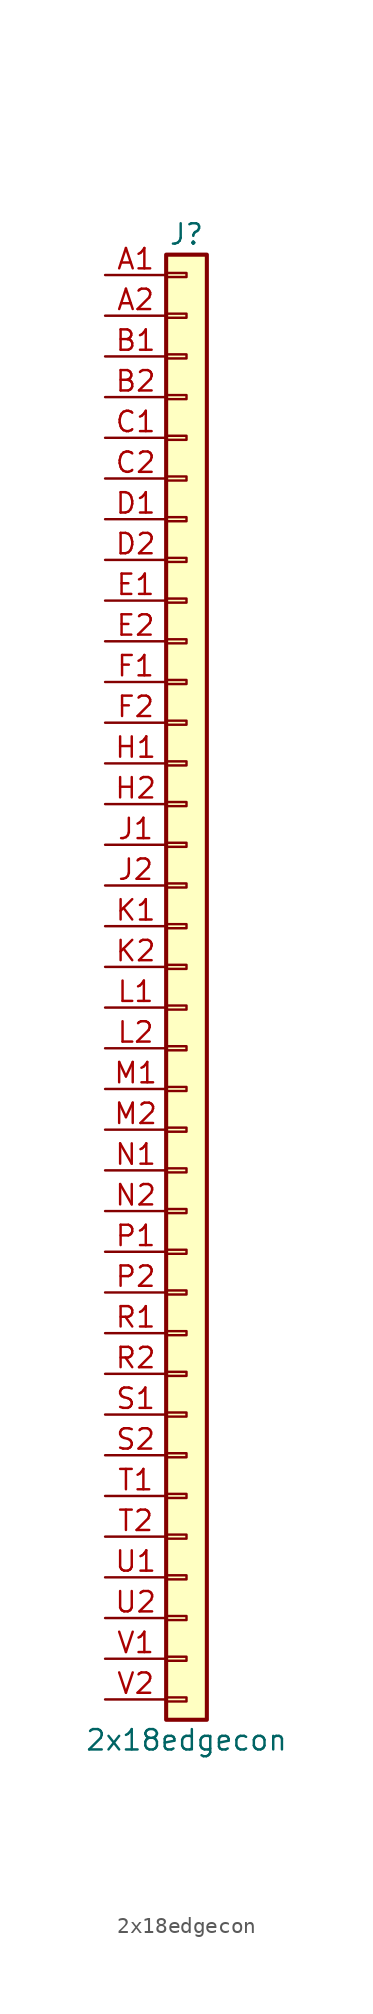
<source format=kicad_sym>
(kicad_symbol_lib
  (version 20220914)
  (generator kicad_symbol_editor)
  (symbol "2x18edgecon"
    (pin_names
      (offset 1.016) hide)
    (property "Reference" "J"
      (at 0 45.72 0)
      (effects (font (size 1.27 1.27))))
    (property "Value" "2x18edgecon"
      (at 0 -48.26 0)
      (effects (font (size 1.27 1.27))))
    (symbol "2x18edgecon_1_1"
      (rectangle (start -1.27 -45.593) (end 0 -45.847) (stroke (width 0.152) (type default)) (fill (type none)))
      (rectangle (start -1.27 -43.053) (end 0 -43.307) (stroke (width 0.152) (type default)) (fill (type none)))
      (rectangle (start -1.27 -40.513) (end 0 -40.767) (stroke (width 0.152) (type default)) (fill (type none)))
      (rectangle (start -1.27 -37.973) (end 0 -38.227) (stroke (width 0.152) (type default)) (fill (type none)))
      (rectangle (start -1.27 -35.433) (end 0 -35.687) (stroke (width 0.152) (type default)) (fill (type none)))
      (rectangle (start -1.27 -32.893) (end 0 -33.147) (stroke (width 0.152) (type default)) (fill (type none)))
      (rectangle (start -1.27 -30.353) (end 0 -30.607) (stroke (width 0.152) (type default)) (fill (type none)))
      (rectangle (start -1.27 -27.813) (end 0 -28.067) (stroke (width 0.152) (type default)) (fill (type none)))
      (rectangle (start -1.27 -25.273) (end 0 -25.527) (stroke (width 0.152) (type default)) (fill (type none)))
      (rectangle (start -1.27 -22.733) (end 0 -22.987) (stroke (width 0.152) (type default)) (fill (type none)))
      (rectangle (start -1.27 -20.193) (end 0 -20.447) (stroke (width 0.152) (type default)) (fill (type none)))
      (rectangle (start -1.27 -17.653) (end 0 -17.907) (stroke (width 0.152) (type default)) (fill (type none)))
      (rectangle (start -1.27 -15.113) (end 0 -15.367) (stroke (width 0.152) (type default)) (fill (type none)))
      (rectangle (start -1.27 -12.573) (end 0 -12.827) (stroke (width 0.152) (type default)) (fill (type none)))
      (rectangle (start -1.27 -10.033) (end 0 -10.287) (stroke (width 0.152) (type default)) (fill (type none)))
      (rectangle (start -1.27 -7.493) (end 0 -7.747) (stroke (width 0.152) (type default)) (fill (type none)))
      (rectangle (start -1.27 -4.953) (end 0 -5.207) (stroke (width 0.152) (type default)) (fill (type none)))
      (rectangle (start -1.27 -2.413) (end 0 -2.667) (stroke (width 0.152) (type default)) (fill (type none)))
      (rectangle (start -1.27 0.127) (end 0 -0.127) (stroke (width 0.152) (type default)) (fill (type none)))
      (rectangle (start -1.27 2.667) (end 0 2.413) (stroke (width 0.152) (type default)) (fill (type none)))
      (rectangle (start -1.27 5.207) (end 0 4.953) (stroke (width 0.152) (type default)) (fill (type none)))
      (rectangle (start -1.27 7.747) (end 0 7.493) (stroke (width 0.152) (type default)) (fill (type none)))
      (rectangle (start -1.27 10.287) (end 0 10.033) (stroke (width 0.152) (type default)) (fill (type none)))
      (rectangle (start -1.27 12.827) (end 0 12.573) (stroke (width 0.152) (type default)) (fill (type none)))
      (rectangle (start -1.27 15.367) (end 0 15.113) (stroke (width 0.152) (type default)) (fill (type none)))
      (rectangle (start -1.27 17.907) (end 0 17.653) (stroke (width 0.152) (type default)) (fill (type none)))
      (rectangle (start -1.27 20.447) (end 0 20.193) (stroke (width 0.152) (type default)) (fill (type none)))
      (rectangle (start -1.27 22.987) (end 0 22.733) (stroke (width 0.152) (type default)) (fill (type none)))
      (rectangle (start -1.27 25.527) (end 0 25.273) (stroke (width 0.152) (type default)) (fill (type none)))
      (rectangle (start -1.27 28.067) (end 0 27.813) (stroke (width 0.152) (type default)) (fill (type none)))
      (rectangle (start -1.27 30.607) (end 0 30.353) (stroke (width 0.152) (type default)) (fill (type none)))
      (rectangle (start -1.27 33.147) (end 0 32.893) (stroke (width 0.152) (type default)) (fill (type none)))
      (rectangle (start -1.27 35.687) (end 0 35.433) (stroke (width 0.152) (type default)) (fill (type none)))
      (rectangle (start -1.27 38.227) (end 0 37.973) (stroke (width 0.152) (type default)) (fill (type none)))
      (rectangle (start -1.27 40.767) (end 0 40.513) (stroke (width 0.152) (type default)) (fill (type none)))
      (rectangle (start -1.27 43.307) (end 0 43.053) (stroke (width 0.152) (type default)) (fill (type none)))
      (rectangle (start -1.27 44.45) (end 1.27 -46.99) (stroke (width 0.254) (type default)) (fill (type background)))
      (pin passive line (at -5.08 43.18 0) (length 3.81) (name "A1" (effects (font (size 1.27 1.27)))) (number "A1" (effects (font (size 1.27 1.27)))))
      (pin passive line (at -5.08 40.64 0) (length 3.81) (name "A2" (effects (font (size 1.27 1.27)))) (number "A2" (effects (font (size 1.27 1.27)))))
      (pin passive line (at -5.08 38.1 0) (length 3.81) (name "B1" (effects (font (size 1.27 1.27)))) (number "B1" (effects (font (size 1.27 1.27)))))
      (pin passive line (at -5.08 35.56 0) (length 3.81) (name "B2" (effects (font (size 1.27 1.27)))) (number "B2" (effects (font (size 1.27 1.27)))))
      (pin passive line (at -5.08 33.02 0) (length 3.81) (name "C1" (effects (font (size 1.27 1.27)))) (number "C1" (effects (font (size 1.27 1.27)))))
      (pin passive line (at -5.08 30.48 0) (length 3.81) (name "C2" (effects (font (size 1.27 1.27)))) (number "C2" (effects (font (size 1.27 1.27)))))
      (pin passive line (at -5.08 27.94 0) (length 3.81) (name "D1" (effects (font (size 1.27 1.27)))) (number "D1" (effects (font (size 1.27 1.27)))))
      (pin passive line (at -5.08 25.4 0) (length 3.81) (name "D2" (effects (font (size 1.27 1.27)))) (number "D2" (effects (font (size 1.27 1.27)))))
      (pin passive line (at -5.08 22.86 0) (length 3.81) (name "E1" (effects (font (size 1.27 1.27)))) (number "E1" (effects (font (size 1.27 1.27)))))
      (pin passive line (at -5.08 20.32 0) (length 3.81) (name "E2" (effects (font (size 1.27 1.27)))) (number "E2" (effects (font (size 1.27 1.27)))))
      (pin passive line (at -5.08 17.78 0) (length 3.81) (name "F1" (effects (font (size 1.27 1.27)))) (number "F1" (effects (font (size 1.27 1.27)))))
      (pin passive line (at -5.08 15.24 0) (length 3.81) (name "F2" (effects (font (size 1.27 1.27)))) (number "F2" (effects (font (size 1.27 1.27)))))
      (pin passive line (at -5.08 12.7 0) (length 3.81) (name "H1" (effects (font (size 1.27 1.27)))) (number "H1" (effects (font (size 1.27 1.27)))))
      (pin passive line (at -5.08 10.16 0) (length 3.81) (name "H2" (effects (font (size 1.27 1.27)))) (number "H2" (effects (font (size 1.27 1.27)))))
      (pin passive line (at -5.08 7.62 0) (length 3.81) (name "J1" (effects (font (size 1.27 1.27)))) (number "J1" (effects (font (size 1.27 1.27)))))
      (pin passive line (at -5.08 5.08 0) (length 3.81) (name "J2" (effects (font (size 1.27 1.27)))) (number "J2" (effects (font (size 1.27 1.27)))))
      (pin passive line (at -5.08 2.54 0) (length 3.81) (name "K1" (effects (font (size 1.27 1.27)))) (number "K1" (effects (font (size 1.27 1.27)))))
      (pin passive line (at -5.08 0 0) (length 3.81) (name "K2" (effects (font (size 1.27 1.27)))) (number "K2" (effects (font (size 1.27 1.27)))))
      (pin passive line (at -5.08 -2.54 0) (length 3.81) (name "L1" (effects (font (size 1.27 1.27)))) (number "L1" (effects (font (size 1.27 1.27)))))
      (pin passive line (at -5.08 -5.08 0) (length 3.81) (name "L2" (effects (font (size 1.27 1.27)))) (number "L2" (effects (font (size 1.27 1.27)))))
      (pin passive line (at -5.08 -7.62 0) (length 3.81) (name "M1" (effects (font (size 1.27 1.27)))) (number "M1" (effects (font (size 1.27 1.27)))))
      (pin passive line (at -5.08 -10.16 0) (length 3.81) (name "M2" (effects (font (size 1.27 1.27)))) (number "M2" (effects (font (size 1.27 1.27)))))
      (pin passive line (at -5.08 -12.7 0) (length 3.81) (name "N1" (effects (font (size 1.27 1.27)))) (number "N1" (effects (font (size 1.27 1.27)))))
      (pin passive line (at -5.08 -15.24 0) (length 3.81) (name "N2" (effects (font (size 1.27 1.27)))) (number "N2" (effects (font (size 1.27 1.27)))))
      (pin passive line (at -5.08 -17.78 0) (length 3.81) (name "P1" (effects (font (size 1.27 1.27)))) (number "P1" (effects (font (size 1.27 1.27)))))
      (pin passive line (at -5.08 -20.32 0) (length 3.81) (name "P2" (effects (font (size 1.27 1.27)))) (number "P2" (effects (font (size 1.27 1.27)))))
      (pin passive line (at -5.08 -22.86 0) (length 3.81) (name "R1" (effects (font (size 1.27 1.27)))) (number "R1" (effects (font (size 1.27 1.27)))))
      (pin passive line (at -5.08 -25.4 0) (length 3.81) (name "R2" (effects (font (size 1.27 1.27)))) (number "R2" (effects (font (size 1.27 1.27)))))
      (pin passive line (at -5.08 -27.94 0) (length 3.81) (name "S1" (effects (font (size 1.27 1.27)))) (number "S1" (effects (font (size 1.27 1.27)))))
      (pin passive line (at -5.08 -30.48 0) (length 3.81) (name "S2" (effects (font (size 1.27 1.27)))) (number "S2" (effects (font (size 1.27 1.27)))))
      (pin passive line (at -5.08 -33.02 0) (length 3.81) (name "T1" (effects (font (size 1.27 1.27)))) (number "T1" (effects (font (size 1.27 1.27)))))
      (pin passive line (at -5.08 -35.56 0) (length 3.81) (name "T2" (effects (font (size 1.27 1.27)))) (number "T2" (effects (font (size 1.27 1.27)))))
      (pin passive line (at -5.08 -38.1 0) (length 3.81) (name "U1" (effects (font (size 1.27 1.27)))) (number "U1" (effects (font (size 1.27 1.27)))))
      (pin passive line (at -5.08 -40.64 0) (length 3.81) (name "U2" (effects (font (size 1.27 1.27)))) (number "U2" (effects (font (size 1.27 1.27)))))
      (pin passive line (at -5.08 -43.18 0) (length 3.81) (name "V1" (effects (font (size 1.27 1.27)))) (number "V1" (effects (font (size 1.27 1.27)))))
      (pin passive line (at -5.08 -45.72 0) (length 3.81) (name "V2" (effects (font (size 1.27 1.27)))) (number "V2" (effects (font (size 1.27 1.27))))))))
</source>
